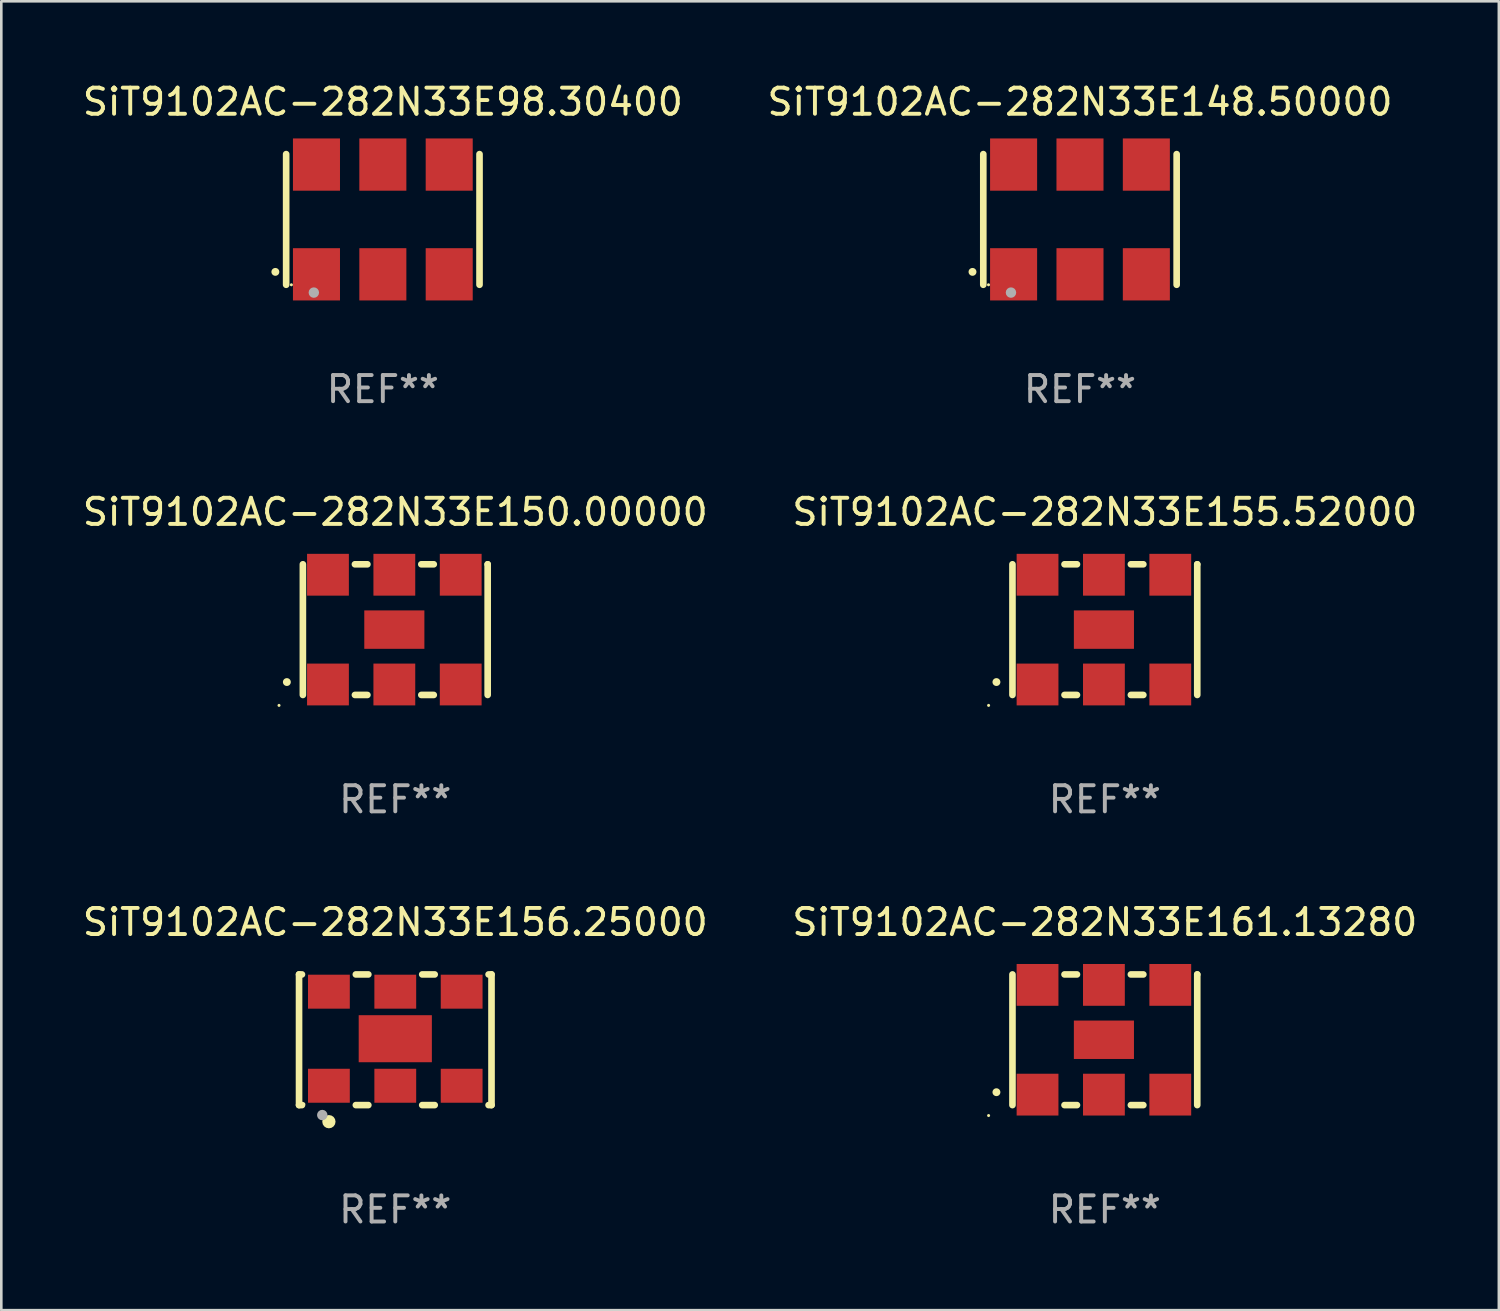
<source format=kicad_pcb>
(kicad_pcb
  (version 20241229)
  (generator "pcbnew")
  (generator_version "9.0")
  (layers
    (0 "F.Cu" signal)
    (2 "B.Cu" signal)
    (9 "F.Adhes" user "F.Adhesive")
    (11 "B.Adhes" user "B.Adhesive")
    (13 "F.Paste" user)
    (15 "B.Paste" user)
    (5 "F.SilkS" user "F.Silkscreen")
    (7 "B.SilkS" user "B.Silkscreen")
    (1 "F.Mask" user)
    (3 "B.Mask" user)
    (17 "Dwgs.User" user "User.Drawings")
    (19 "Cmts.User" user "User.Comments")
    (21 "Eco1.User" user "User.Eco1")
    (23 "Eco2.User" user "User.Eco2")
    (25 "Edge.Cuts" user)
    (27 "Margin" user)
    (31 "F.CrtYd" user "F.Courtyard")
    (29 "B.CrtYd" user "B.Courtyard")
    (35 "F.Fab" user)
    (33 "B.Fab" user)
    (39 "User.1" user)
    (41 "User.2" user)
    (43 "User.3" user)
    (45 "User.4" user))
  (footprint "SiT9102AC-282N33E156.25000"
    (layer "F.Cu")
    (at 12.077 36.741)
    (property "Reference" "SiT9102AC-282N33E156.25000" (at 0 -4.5 0) (layer "F.SilkS") (effects (font (size 1 1) (thickness 0.15))))
    (attr through_hole)
    (fp_line (start -3.683 -2.5) (end -3.571 -2.5) (stroke (width 0.254) (type solid)) (layer "F.SilkS"))
    (fp_line (start -3.683 2.5) (end -3.683 -2.5) (stroke (width 0.254) (type solid)) (layer "F.SilkS"))
    (fp_line (start -3.683 2.5) (end -3.571 2.5) (stroke (width 0.254) (type solid)) (layer "F.SilkS"))
    (fp_line (start -1.509 -2.5) (end -1.031 -2.5) (stroke (width 0.254) (type solid)) (layer "F.SilkS"))
    (fp_line (start -1.509 2.5) (end -1.031 2.5) (stroke (width 0.254) (type solid)) (layer "F.SilkS"))
    (fp_line (start 1.031 -2.5) (end 1.509 -2.5) (stroke (width 0.254) (type solid)) (layer "F.SilkS"))
    (fp_line (start 1.031 2.5) (end 1.509 2.5) (stroke (width 0.254) (type solid)) (layer "F.SilkS"))
    (fp_line (start 3.571 -2.5) (end 3.683 -2.5) (stroke (width 0.254) (type solid)) (layer "F.SilkS"))
    (fp_line (start 3.571 2.5) (end 3.683 2.5) (stroke (width 0.254) (type solid)) (layer "F.SilkS"))
    (fp_line (start 3.683 2.5) (end 3.683 -2.5) (stroke (width 0.254) (type solid)) (layer "F.SilkS"))
    (fp_circle (center -3.5 2.46) (end -3.47 2.46) (stroke (width 0.06) (type solid)) (fill no) (layer "F.SilkS"))
    (fp_circle (center -2.54 3.135) (end -2.413 3.135) (stroke (width 0.254) (type solid)) (fill no) (layer "F.SilkS"))
    (fp_circle (center -2.794 2.881) (end -2.694 2.881) (stroke (width 0.2) (type solid)) (fill no) (layer "F.Fab"))
    (fp_text user "REF**" (at 0 6.5 0) (layer "F.Fab") (effects (font (size 1 1) (thickness 0.15))))
    (pad "1" smd rect (at -2.54 1.76) (size 1.6 1.3) (layers "F.Cu" "F.Mask" "F.Paste"))
    (pad "2" smd rect (at 0 1.76) (size 1.6 1.3) (layers "F.Cu" "F.Mask" "F.Paste"))
    (pad "3" smd rect (at 2.54 1.76) (size 1.6 1.3) (layers "F.Cu" "F.Mask" "F.Paste"))
    (pad "4" smd rect (at 2.54 -1.84) (size 1.6 1.3) (layers "F.Cu" "F.Mask" "F.Paste"))
    (pad "5" smd rect (at 0 -1.84) (size 1.6 1.3) (layers "F.Cu" "F.Mask" "F.Paste"))
    (pad "6" smd rect (at -2.54 -1.84) (size 1.6 1.3) (layers "F.Cu" "F.Mask" "F.Paste"))
    (pad "7" smd rect (at 0 -0.04) (size 2.8 1.8) (layers "F.Cu" "F.Mask" "F.Paste")))
  (footprint "SiT9102AC-282N33E98.30400"
    (layer "F.Cu")
    (at 11.601 5.348)
    (property "Reference" "SiT9102AC-282N33E98.30400" (at 0 -4.5 0) (layer "F.SilkS") (effects (font (size 1 1) (thickness 0.15))))
    (attr through_hole)
    (fp_line (start -3.7 -2.5) (end -3.7 2.5) (stroke (width 0.254) (type solid)) (layer "F.SilkS"))
    (fp_line (start 3.7 -2.5) (end 3.7 2.5) (stroke (width 0.254) (type solid)) (layer "F.SilkS"))
    (fp_arc (start -4.114415 2.006604) (mid -4.113145 2.006599) (end -4.111875 2.006604) (stroke (width 0.3) (type solid)) (layer "F.SilkS"))
    (fp_circle (center -3.5 2.501) (end -3.47 2.501) (stroke (width 0.06) (type solid)) (fill no) (layer "F.SilkS"))
    (fp_circle (center -2.641 2.799) (end -2.541 2.799) (stroke (width 0.2) (type solid)) (fill no) (layer "F.Fab"))
    (fp_text user "REF**" (at 0 6.5 0) (layer "F.Fab") (effects (font (size 1 1) (thickness 0.15))))
    (pad "1" smd rect (at -2.54 2.1) (size 1.8 2) (layers "F.Cu" "F.Mask" "F.Paste"))
    (pad "2" smd rect (at 0.000394 2.1) (size 1.8 2) (layers "F.Cu" "F.Mask" "F.Paste"))
    (pad "3" smd rect (at 2.54 2.1) (size 1.8 2) (layers "F.Cu" "F.Mask" "F.Paste"))
    (pad "4" smd rect (at 2.54 -2.1) (size 1.8 2) (layers "F.Cu" "F.Mask" "F.Paste"))
    (pad "5" smd rect (at 0.000394 -2.1) (size 1.8 2) (layers "F.Cu" "F.Mask" "F.Paste"))
    (pad "6" smd rect (at -2.54 -2.1) (size 1.8 2) (layers "F.Cu" "F.Mask" "F.Paste")))
  (footprint "SiT9102AC-282N33E161.13280"
    (layer "F.Cu")
    (at 39.232 36.741)
    (property "Reference" "SiT9102AC-282N33E161.13280" (at 0 -4.5 0) (layer "F.SilkS") (effects (font (size 1 1) (thickness 0.15))))
    (attr through_hole)
    (fp_line (start -3.536 -2.5) (end -3.536 2.5) (stroke (width 0.254) (type solid)) (layer "F.SilkS"))
    (fp_line (start -1.544 2.5) (end -1.067 2.5) (stroke (width 0.254) (type solid)) (layer "F.SilkS"))
    (fp_line (start -1.067 -2.5) (end -1.544 -2.5) (stroke (width 0.254) (type solid)) (layer "F.SilkS"))
    (fp_line (start 0.996 2.5) (end 1.473 2.5) (stroke (width 0.254) (type solid)) (layer "F.SilkS"))
    (fp_line (start 1.473 -2.5) (end 0.996 -2.5) (stroke (width 0.254) (type solid)) (layer "F.SilkS"))
    (fp_line (start 3.536 -2.5) (end 3.536 -2.5) (stroke (width 0.254) (type solid)) (layer "F.SilkS"))
    (fp_line (start 3.536 2.5) (end 3.536 -2.5) (stroke (width 0.254) (type solid)) (layer "F.SilkS"))
    (fp_arc (start -4.150432 2.006604) (mid -4.149162 2.006599) (end -4.147892 2.006604) (stroke (width 0.3) (type solid)) (layer "F.SilkS"))
    (fp_circle (center -4.449 2.9) (end -4.419 2.9) (stroke (width 0.06) (type solid)) (fill no) (layer "F.SilkS"))
    (fp_text user "REF**" (at 0 6.5 0) (layer "F.Fab") (effects (font (size 1 1) (thickness 0.15))))
    (pad "1" smd rect (at -2.576 2.1) (size 1.6 1.6) (layers "F.Cu" "F.Mask" "F.Paste"))
    (pad "2" smd rect (at -0.036 2.1) (size 1.6 1.6) (layers "F.Cu" "F.Mask" "F.Paste"))
    (pad "3" smd rect (at 2.504 2.1) (size 1.6 1.6) (layers "F.Cu" "F.Mask" "F.Paste"))
    (pad "4" smd rect (at 2.504 -2.1) (size 1.6 1.6) (layers "F.Cu" "F.Mask" "F.Paste"))
    (pad "5" smd rect (at -0.036 -2.1) (size 1.6 1.6) (layers "F.Cu" "F.Mask" "F.Paste"))
    (pad "6" smd rect (at -2.576 -2.1) (size 1.6 1.6) (layers "F.Cu" "F.Mask" "F.Paste"))
    (pad "7" smd rect (at -0.036 0) (size 2.3 1.47) (layers "F.Cu" "F.Mask" "F.Paste")))
  (footprint "SiT9102AC-282N33E155.52000"
    (layer "F.Cu")
    (at 39.232 21.045)
    (property "Reference" "SiT9102AC-282N33E155.52000" (at 0 -4.5 0) (layer "F.SilkS") (effects (font (size 1 1) (thickness 0.15))))
    (attr through_hole)
    (fp_line (start -3.536 -2.5) (end -3.536 2.5) (stroke (width 0.254) (type solid)) (layer "F.SilkS"))
    (fp_line (start -1.544 2.5) (end -1.067 2.5) (stroke (width 0.254) (type solid)) (layer "F.SilkS"))
    (fp_line (start -1.067 -2.5) (end -1.544 -2.5) (stroke (width 0.254) (type solid)) (layer "F.SilkS"))
    (fp_line (start 0.996 2.5) (end 1.473 2.5) (stroke (width 0.254) (type solid)) (layer "F.SilkS"))
    (fp_line (start 1.473 -2.5) (end 0.996 -2.5) (stroke (width 0.254) (type solid)) (layer "F.SilkS"))
    (fp_line (start 3.536 -2.5) (end 3.536 -2.5) (stroke (width 0.254) (type solid)) (layer "F.SilkS"))
    (fp_line (start 3.536 2.5) (end 3.536 -2.5) (stroke (width 0.254) (type solid)) (layer "F.SilkS"))
    (fp_arc (start -4.150432 2.006604) (mid -4.149162 2.006599) (end -4.147892 2.006604) (stroke (width 0.3) (type solid)) (layer "F.SilkS"))
    (fp_circle (center -4.449 2.9) (end -4.419 2.9) (stroke (width 0.06) (type solid)) (fill no) (layer "F.SilkS"))
    (fp_text user "REF**" (at 0 6.5 0) (layer "F.Fab") (effects (font (size 1 1) (thickness 0.15))))
    (pad "1" smd rect (at -2.576 2.1) (size 1.6 1.6) (layers "F.Cu" "F.Mask" "F.Paste"))
    (pad "2" smd rect (at -0.036 2.1) (size 1.6 1.6) (layers "F.Cu" "F.Mask" "F.Paste"))
    (pad "3" smd rect (at 2.504 2.1) (size 1.6 1.6) (layers "F.Cu" "F.Mask" "F.Paste"))
    (pad "4" smd rect (at 2.504 -2.1) (size 1.6 1.6) (layers "F.Cu" "F.Mask" "F.Paste"))
    (pad "5" smd rect (at -0.036 -2.1) (size 1.6 1.6) (layers "F.Cu" "F.Mask" "F.Paste"))
    (pad "6" smd rect (at -2.576 -2.1) (size 1.6 1.6) (layers "F.Cu" "F.Mask" "F.Paste"))
    (pad "7" smd rect (at -0.036 0) (size 2.3 1.47) (layers "F.Cu" "F.Mask" "F.Paste")))
  (footprint "SiT9102AC-282N33E150.00000"
    (layer "F.Cu")
    (at 12.077 21.045)
    (property "Reference" "SiT9102AC-282N33E150.00000" (at 0 -4.5 0) (layer "F.SilkS") (effects (font (size 1 1) (thickness 0.15))))
    (attr through_hole)
    (fp_line (start -3.536 -2.5) (end -3.536 2.5) (stroke (width 0.254) (type solid)) (layer "F.SilkS"))
    (fp_line (start -1.544 2.5) (end -1.067 2.5) (stroke (width 0.254) (type solid)) (layer "F.SilkS"))
    (fp_line (start -1.067 -2.5) (end -1.544 -2.5) (stroke (width 0.254) (type solid)) (layer "F.SilkS"))
    (fp_line (start 0.996 2.5) (end 1.473 2.5) (stroke (width 0.254) (type solid)) (layer "F.SilkS"))
    (fp_line (start 1.473 -2.5) (end 0.996 -2.5) (stroke (width 0.254) (type solid)) (layer "F.SilkS"))
    (fp_line (start 3.536 -2.5) (end 3.536 -2.5) (stroke (width 0.254) (type solid)) (layer "F.SilkS"))
    (fp_line (start 3.536 2.5) (end 3.536 -2.5) (stroke (width 0.254) (type solid)) (layer "F.SilkS"))
    (fp_arc (start -4.150432 2.006604) (mid -4.149162 2.006599) (end -4.147892 2.006604) (stroke (width 0.3) (type solid)) (layer "F.SilkS"))
    (fp_circle (center -4.449 2.9) (end -4.419 2.9) (stroke (width 0.06) (type solid)) (fill no) (layer "F.SilkS"))
    (fp_text user "REF**" (at 0 6.5 0) (layer "F.Fab") (effects (font (size 1 1) (thickness 0.15))))
    (pad "1" smd rect (at -2.576 2.1) (size 1.6 1.6) (layers "F.Cu" "F.Mask" "F.Paste"))
    (pad "2" smd rect (at -0.036 2.1) (size 1.6 1.6) (layers "F.Cu" "F.Mask" "F.Paste"))
    (pad "3" smd rect (at 2.504 2.1) (size 1.6 1.6) (layers "F.Cu" "F.Mask" "F.Paste"))
    (pad "4" smd rect (at 2.504 -2.1) (size 1.6 1.6) (layers "F.Cu" "F.Mask" "F.Paste"))
    (pad "5" smd rect (at -0.036 -2.1) (size 1.6 1.6) (layers "F.Cu" "F.Mask" "F.Paste"))
    (pad "6" smd rect (at -2.576 -2.1) (size 1.6 1.6) (layers "F.Cu" "F.Mask" "F.Paste"))
    (pad "7" smd rect (at -0.036 0) (size 2.3 1.47) (layers "F.Cu" "F.Mask" "F.Paste")))
  (footprint "SiT9102AC-282N33E148.50000"
    (layer "F.Cu")
    (at 38.28 5.348)
    (property "Reference" "SiT9102AC-282N33E148.50000" (at 0 -4.5 0) (layer "F.SilkS") (effects (font (size 1 1) (thickness 0.15))))
    (attr through_hole)
    (fp_line (start -3.7 -2.5) (end -3.7 2.5) (stroke (width 0.254) (type solid)) (layer "F.SilkS"))
    (fp_line (start 3.7 -2.5) (end 3.7 2.5) (stroke (width 0.254) (type solid)) (layer "F.SilkS"))
    (fp_arc (start -4.114415 2.006604) (mid -4.113145 2.006599) (end -4.111875 2.006604) (stroke (width 0.3) (type solid)) (layer "F.SilkS"))
    (fp_circle (center -3.5 2.501) (end -3.47 2.501) (stroke (width 0.06) (type solid)) (fill no) (layer "F.SilkS"))
    (fp_circle (center -2.641 2.799) (end -2.541 2.799) (stroke (width 0.2) (type solid)) (fill no) (layer "F.Fab"))
    (fp_text user "REF**" (at 0 6.5 0) (layer "F.Fab") (effects (font (size 1 1) (thickness 0.15))))
    (pad "1" smd rect (at -2.54 2.1) (size 1.8 2) (layers "F.Cu" "F.Mask" "F.Paste"))
    (pad "2" smd rect (at 0.000394 2.1) (size 1.8 2) (layers "F.Cu" "F.Mask" "F.Paste"))
    (pad "3" smd rect (at 2.54 2.1) (size 1.8 2) (layers "F.Cu" "F.Mask" "F.Paste"))
    (pad "4" smd rect (at 2.54 -2.1) (size 1.8 2) (layers "F.Cu" "F.Mask" "F.Paste"))
    (pad "5" smd rect (at 0.000394 -2.1) (size 1.8 2) (layers "F.Cu" "F.Mask" "F.Paste"))
    (pad "6" smd rect (at -2.54 -2.1) (size 1.8 2) (layers "F.Cu" "F.Mask" "F.Paste")))
  (gr_rect
    (start -3 -3)
    (end 54.31 47.09)
    (stroke (width 0.1) (type default))
    (fill no)
    (layer "Edge.Cuts")))
</source>
